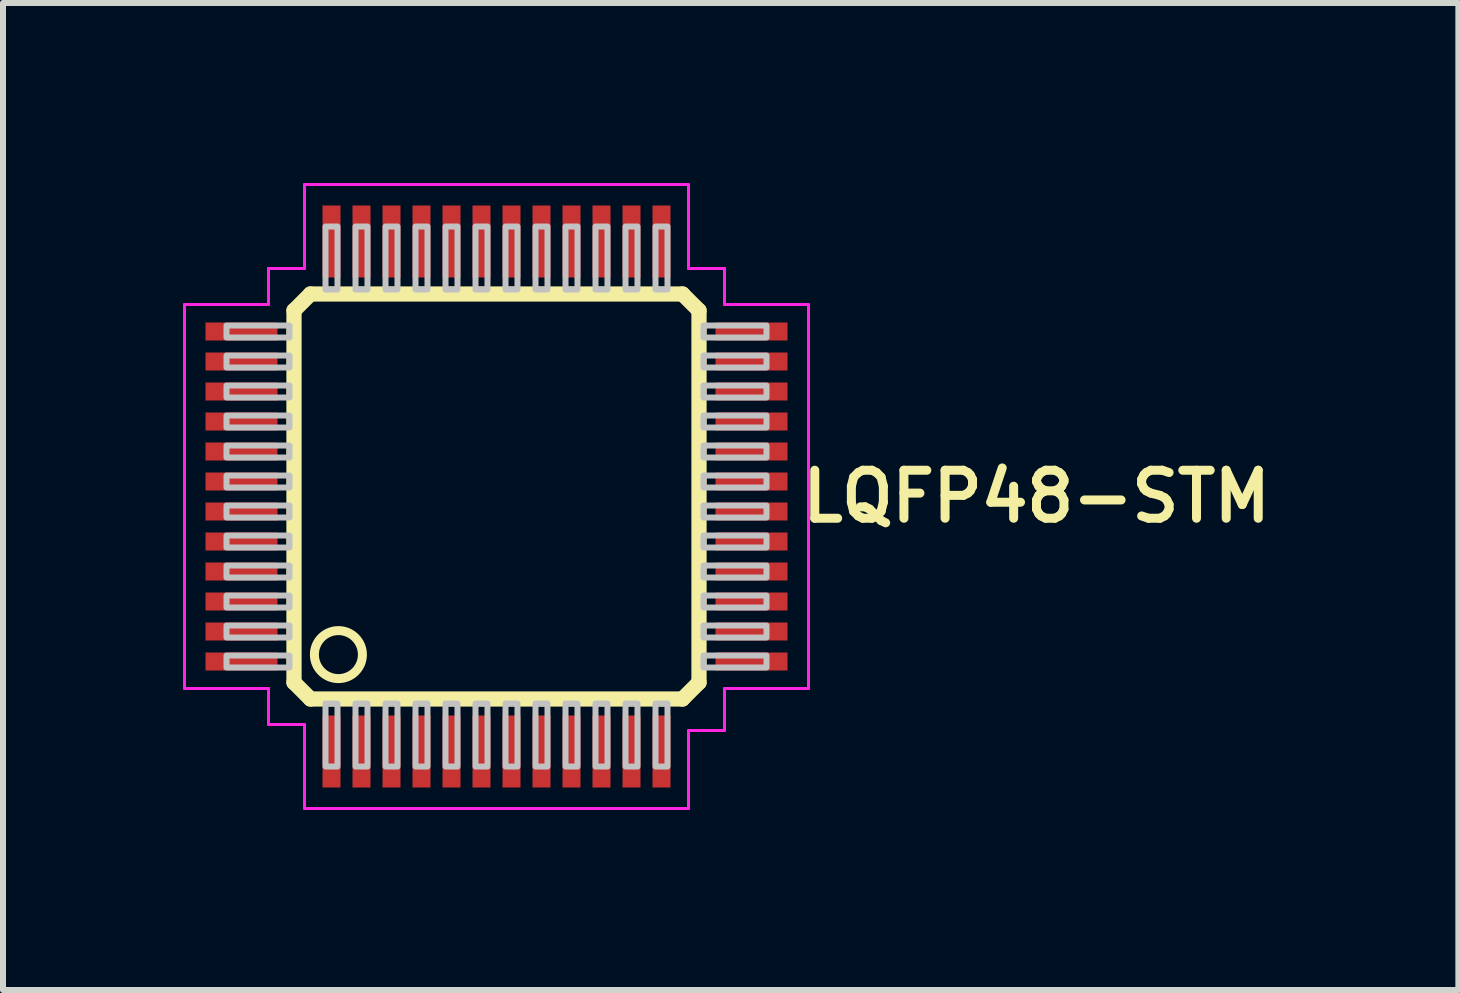
<source format=kicad_pcb>
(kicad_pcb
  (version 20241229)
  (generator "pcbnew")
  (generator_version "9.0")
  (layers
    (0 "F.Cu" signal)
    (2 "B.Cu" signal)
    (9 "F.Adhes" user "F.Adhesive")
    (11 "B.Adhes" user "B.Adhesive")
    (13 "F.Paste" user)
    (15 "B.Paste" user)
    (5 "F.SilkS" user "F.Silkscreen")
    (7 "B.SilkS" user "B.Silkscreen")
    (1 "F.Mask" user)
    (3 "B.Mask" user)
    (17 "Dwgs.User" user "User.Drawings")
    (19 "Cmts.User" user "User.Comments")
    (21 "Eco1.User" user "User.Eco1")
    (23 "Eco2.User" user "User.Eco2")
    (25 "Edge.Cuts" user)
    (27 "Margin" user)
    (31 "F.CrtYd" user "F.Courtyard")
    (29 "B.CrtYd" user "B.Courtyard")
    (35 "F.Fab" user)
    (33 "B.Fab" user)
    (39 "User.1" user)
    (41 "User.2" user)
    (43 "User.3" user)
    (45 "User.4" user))
  (footprint "LQFP48-STM"
    (layer "F.Cu")
    (at 5.225 5.225)
    (property "Reference" "LQFP48-STM" (at 9 0 0) (layer "F.SilkS") (effects (font (size 0.8 0.8) (thickness 0.15))))
    (attr smd)
    (fp_line (start -3.375 -3.1) (end -3.1 -3.375) (stroke (width 0.254) (type solid)) (layer "F.SilkS"))
    (fp_line (start -3.375 3.1) (end -3.375 -3.1) (stroke (width 0.254) (type solid)) (layer "F.SilkS"))
    (fp_line (start -3.1 -3.375) (end 3.1 -3.375) (stroke (width 0.254) (type solid)) (layer "F.SilkS"))
    (fp_line (start -3.1 3.375) (end -3.375 3.1) (stroke (width 0.254) (type solid)) (layer "F.SilkS"))
    (fp_line (start 3.1 -3.375) (end 3.375 -3.1) (stroke (width 0.254) (type solid)) (layer "F.SilkS"))
    (fp_line (start 3.1 3.375) (end -3.1 3.375) (stroke (width 0.254) (type solid)) (layer "F.SilkS"))
    (fp_line (start 3.375 -3.1) (end 3.375 3.1) (stroke (width 0.254) (type solid)) (layer "F.SilkS"))
    (fp_line (start 3.375 3.1) (end 3.1 3.375) (stroke (width 0.254) (type solid)) (layer "F.SilkS"))
    (fp_circle (center -2.635 2.635) (end -2.235 2.635) (stroke (width 0.15) (type solid)) (fill no) (layer "F.SilkS"))
    (fp_poly (pts (xy -4.5 -2.65) (xy -3.45 -2.65) (xy -3.45 -2.85) (xy -4.5 -2.85)) (stroke (width 0.1) (type solid)) (fill no) (layer "Dwgs.User"))
    (fp_poly (pts (xy -4.5 -2.15) (xy -3.45 -2.15) (xy -3.45 -2.35) (xy -4.5 -2.35)) (stroke (width 0.1) (type solid)) (fill no) (layer "Dwgs.User"))
    (fp_poly (pts (xy -4.5 -1.65) (xy -3.45 -1.65) (xy -3.45 -1.85) (xy -4.5 -1.85)) (stroke (width 0.1) (type solid)) (fill no) (layer "Dwgs.User"))
    (fp_poly (pts (xy -4.5 -1.15) (xy -3.45 -1.15) (xy -3.45 -1.35) (xy -4.5 -1.35)) (stroke (width 0.1) (type solid)) (fill no) (layer "Dwgs.User"))
    (fp_poly (pts (xy -4.5 -0.65) (xy -3.45 -0.65) (xy -3.45 -0.85) (xy -4.5 -0.85)) (stroke (width 0.1) (type solid)) (fill no) (layer "Dwgs.User"))
    (fp_poly (pts (xy -4.5 -0.15) (xy -3.45 -0.15) (xy -3.45 -0.35) (xy -4.5 -0.35)) (stroke (width 0.1) (type solid)) (fill no) (layer "Dwgs.User"))
    (fp_poly (pts (xy -4.5 0.35) (xy -3.45 0.35) (xy -3.45 0.15) (xy -4.5 0.15)) (stroke (width 0.1) (type solid)) (fill no) (layer "Dwgs.User"))
    (fp_poly (pts (xy -4.5 0.85) (xy -3.45 0.85) (xy -3.45 0.65) (xy -4.5 0.65)) (stroke (width 0.1) (type solid)) (fill no) (layer "Dwgs.User"))
    (fp_poly (pts (xy -4.5 1.35) (xy -3.45 1.35) (xy -3.45 1.15) (xy -4.5 1.15)) (stroke (width 0.1) (type solid)) (fill no) (layer "Dwgs.User"))
    (fp_poly (pts (xy -4.5 1.85) (xy -3.45 1.85) (xy -3.45 1.65) (xy -4.5 1.65)) (stroke (width 0.1) (type solid)) (fill no) (layer "Dwgs.User"))
    (fp_poly (pts (xy -4.5 2.35) (xy -3.45 2.35) (xy -3.45 2.15) (xy -4.5 2.15)) (stroke (width 0.1) (type solid)) (fill no) (layer "Dwgs.User"))
    (fp_poly (pts (xy -4.5 2.85) (xy -3.45 2.85) (xy -3.45 2.65) (xy -4.5 2.65)) (stroke (width 0.1) (type solid)) (fill no) (layer "Dwgs.User"))
    (fp_poly (pts (xy -2.85 -3.45) (xy -2.65 -3.45) (xy -2.65 -4.5) (xy -2.85 -4.5)) (stroke (width 0.1) (type solid)) (fill no) (layer "Dwgs.User"))
    (fp_poly (pts (xy -2.85 4.5) (xy -2.65 4.5) (xy -2.65 3.45) (xy -2.85 3.45)) (stroke (width 0.1) (type solid)) (fill no) (layer "Dwgs.User"))
    (fp_poly (pts (xy -2.35 -3.45) (xy -2.15 -3.45) (xy -2.15 -4.5) (xy -2.35 -4.5)) (stroke (width 0.1) (type solid)) (fill no) (layer "Dwgs.User"))
    (fp_poly (pts (xy -2.35 4.5) (xy -2.15 4.5) (xy -2.15 3.45) (xy -2.35 3.45)) (stroke (width 0.1) (type solid)) (fill no) (layer "Dwgs.User"))
    (fp_poly (pts (xy -1.85 -3.45) (xy -1.65 -3.45) (xy -1.65 -4.5) (xy -1.85 -4.5)) (stroke (width 0.1) (type solid)) (fill no) (layer "Dwgs.User"))
    (fp_poly (pts (xy -1.85 4.5) (xy -1.65 4.5) (xy -1.65 3.45) (xy -1.85 3.45)) (stroke (width 0.1) (type solid)) (fill no) (layer "Dwgs.User"))
    (fp_poly (pts (xy -1.35 -3.45) (xy -1.15 -3.45) (xy -1.15 -4.5) (xy -1.35 -4.5)) (stroke (width 0.1) (type solid)) (fill no) (layer "Dwgs.User"))
    (fp_poly (pts (xy -1.35 4.5) (xy -1.15 4.5) (xy -1.15 3.45) (xy -1.35 3.45)) (stroke (width 0.1) (type solid)) (fill no) (layer "Dwgs.User"))
    (fp_poly (pts (xy -0.85 -3.45) (xy -0.65 -3.45) (xy -0.65 -4.5) (xy -0.85 -4.5)) (stroke (width 0.1) (type solid)) (fill no) (layer "Dwgs.User"))
    (fp_poly (pts (xy -0.85 4.5) (xy -0.65 4.5) (xy -0.65 3.45) (xy -0.85 3.45)) (stroke (width 0.1) (type solid)) (fill no) (layer "Dwgs.User"))
    (fp_poly (pts (xy -0.35 -3.45) (xy -0.15 -3.45) (xy -0.15 -4.5) (xy -0.35 -4.5)) (stroke (width 0.1) (type solid)) (fill no) (layer "Dwgs.User"))
    (fp_poly (pts (xy -0.35 4.5) (xy -0.15 4.5) (xy -0.15 3.45) (xy -0.35 3.45)) (stroke (width 0.1) (type solid)) (fill no) (layer "Dwgs.User"))
    (fp_poly (pts (xy 0.15 -3.45) (xy 0.35 -3.45) (xy 0.35 -4.5) (xy 0.15 -4.5)) (stroke (width 0.1) (type solid)) (fill no) (layer "Dwgs.User"))
    (fp_poly (pts (xy 0.15 4.5) (xy 0.35 4.5) (xy 0.35 3.45) (xy 0.15 3.45)) (stroke (width 0.1) (type solid)) (fill no) (layer "Dwgs.User"))
    (fp_poly (pts (xy 0.65 -3.45) (xy 0.85 -3.45) (xy 0.85 -4.5) (xy 0.65 -4.5)) (stroke (width 0.1) (type solid)) (fill no) (layer "Dwgs.User"))
    (fp_poly (pts (xy 0.65 4.5) (xy 0.85 4.5) (xy 0.85 3.45) (xy 0.65 3.45)) (stroke (width 0.1) (type solid)) (fill no) (layer "Dwgs.User"))
    (fp_poly (pts (xy 1.15 -3.45) (xy 1.35 -3.45) (xy 1.35 -4.5) (xy 1.15 -4.5)) (stroke (width 0.1) (type solid)) (fill no) (layer "Dwgs.User"))
    (fp_poly (pts (xy 1.15 4.5) (xy 1.35 4.5) (xy 1.35 3.45) (xy 1.15 3.45)) (stroke (width 0.1) (type solid)) (fill no) (layer "Dwgs.User"))
    (fp_poly (pts (xy 1.65 -3.45) (xy 1.85 -3.45) (xy 1.85 -4.5) (xy 1.65 -4.5)) (stroke (width 0.1) (type solid)) (fill no) (layer "Dwgs.User"))
    (fp_poly (pts (xy 1.65 4.5) (xy 1.85 4.5) (xy 1.85 3.45) (xy 1.65 3.45)) (stroke (width 0.1) (type solid)) (fill no) (layer "Dwgs.User"))
    (fp_poly (pts (xy 2.15 -3.45) (xy 2.35 -3.45) (xy 2.35 -4.5) (xy 2.15 -4.5)) (stroke (width 0.1) (type solid)) (fill no) (layer "Dwgs.User"))
    (fp_poly (pts (xy 2.15 4.5) (xy 2.35 4.5) (xy 2.35 3.45) (xy 2.15 3.45)) (stroke (width 0.1) (type solid)) (fill no) (layer "Dwgs.User"))
    (fp_poly (pts (xy 2.65 -3.45) (xy 2.85 -3.45) (xy 2.85 -4.5) (xy 2.65 -4.5)) (stroke (width 0.1) (type solid)) (fill no) (layer "Dwgs.User"))
    (fp_poly (pts (xy 2.65 4.5) (xy 2.85 4.5) (xy 2.85 3.45) (xy 2.65 3.45)) (stroke (width 0.1) (type solid)) (fill no) (layer "Dwgs.User"))
    (fp_poly (pts (xy 3.45 -2.65) (xy 4.5 -2.65) (xy 4.5 -2.85) (xy 3.45 -2.85)) (stroke (width 0.1) (type solid)) (fill no) (layer "Dwgs.User"))
    (fp_poly (pts (xy 3.45 -2.15) (xy 4.5 -2.15) (xy 4.5 -2.35) (xy 3.45 -2.35)) (stroke (width 0.1) (type solid)) (fill no) (layer "Dwgs.User"))
    (fp_poly (pts (xy 3.45 -1.65) (xy 4.5 -1.65) (xy 4.5 -1.85) (xy 3.45 -1.85)) (stroke (width 0.1) (type solid)) (fill no) (layer "Dwgs.User"))
    (fp_poly (pts (xy 3.45 -1.15) (xy 4.5 -1.15) (xy 4.5 -1.35) (xy 3.45 -1.35)) (stroke (width 0.1) (type solid)) (fill no) (layer "Dwgs.User"))
    (fp_poly (pts (xy 3.45 -0.65) (xy 4.5 -0.65) (xy 4.5 -0.85) (xy 3.45 -0.85)) (stroke (width 0.1) (type solid)) (fill no) (layer "Dwgs.User"))
    (fp_poly (pts (xy 3.45 -0.15) (xy 4.5 -0.15) (xy 4.5 -0.35) (xy 3.45 -0.35)) (stroke (width 0.1) (type solid)) (fill no) (layer "Dwgs.User"))
    (fp_poly (pts (xy 3.45 0.35) (xy 4.5 0.35) (xy 4.5 0.15) (xy 3.45 0.15)) (stroke (width 0.1) (type solid)) (fill no) (layer "Dwgs.User"))
    (fp_poly (pts (xy 3.45 0.85) (xy 4.5 0.85) (xy 4.5 0.65) (xy 3.45 0.65)) (stroke (width 0.1) (type solid)) (fill no) (layer "Dwgs.User"))
    (fp_poly (pts (xy 3.45 1.35) (xy 4.5 1.35) (xy 4.5 1.15) (xy 3.45 1.15)) (stroke (width 0.1) (type solid)) (fill no) (layer "Dwgs.User"))
    (fp_poly (pts (xy 3.45 1.85) (xy 4.5 1.85) (xy 4.5 1.65) (xy 3.45 1.65)) (stroke (width 0.1) (type solid)) (fill no) (layer "Dwgs.User"))
    (fp_poly (pts (xy 3.45 2.35) (xy 4.5 2.35) (xy 4.5 2.15) (xy 3.45 2.15)) (stroke (width 0.1) (type solid)) (fill no) (layer "Dwgs.User"))
    (fp_poly (pts (xy 3.45 2.85) (xy 4.5 2.85) (xy 4.5 2.65) (xy 3.45 2.65)) (stroke (width 0.1) (type solid)) (fill no) (layer "Dwgs.User"))
    (fp_line (start -5.2 -3.2) (end -5.2 3.2) (stroke (width 0.05) (type solid)) (layer "F.CrtYd"))
    (fp_line (start -5.2 3.2) (end -3.8 3.2) (stroke (width 0.05) (type solid)) (layer "F.CrtYd"))
    (fp_line (start -3.8 -3.8) (end -3.8 -3.2) (stroke (width 0.05) (type solid)) (layer "F.CrtYd"))
    (fp_line (start -3.8 -3.2) (end -5.2 -3.2) (stroke (width 0.05) (type solid)) (layer "F.CrtYd"))
    (fp_line (start -3.8 3.2) (end -3.8 3.8) (stroke (width 0.05) (type solid)) (layer "F.CrtYd"))
    (fp_line (start -3.8 3.8) (end -3.2 3.8) (stroke (width 0.05) (type solid)) (layer "F.CrtYd"))
    (fp_line (start -3.2 -5.2) (end -3.2 -3.8) (stroke (width 0.05) (type solid)) (layer "F.CrtYd"))
    (fp_line (start -3.2 -3.8) (end -3.8 -3.8) (stroke (width 0.05) (type solid)) (layer "F.CrtYd"))
    (fp_line (start -3.2 3.8) (end -3.2 5.2) (stroke (width 0.05) (type solid)) (layer "F.CrtYd"))
    (fp_line (start -3.2 5.2) (end 3.2 5.2) (stroke (width 0.05) (type solid)) (layer "F.CrtYd"))
    (fp_line (start 3.2 -5.2) (end -3.2 -5.2) (stroke (width 0.05) (type solid)) (layer "F.CrtYd"))
    (fp_line (start 3.2 -3.8) (end 3.2 -5.2) (stroke (width 0.05) (type solid)) (layer "F.CrtYd"))
    (fp_line (start 3.2 3.9) (end 3.8 3.9) (stroke (width 0.05) (type solid)) (layer "F.CrtYd"))
    (fp_line (start 3.2 5.2) (end 3.2 3.9) (stroke (width 0.05) (type solid)) (layer "F.CrtYd"))
    (fp_line (start 3.8 -3.8) (end 3.2 -3.8) (stroke (width 0.05) (type solid)) (layer "F.CrtYd"))
    (fp_line (start 3.8 -3.2) (end 3.8 -3.8) (stroke (width 0.05) (type solid)) (layer "F.CrtYd"))
    (fp_line (start 3.8 3.2) (end 5.2 3.2) (stroke (width 0.05) (type solid)) (layer "F.CrtYd"))
    (fp_line (start 3.8 3.9) (end 3.8 3.2) (stroke (width 0.05) (type solid)) (layer "F.CrtYd"))
    (fp_line (start 5.2 -3.2) (end 3.8 -3.2) (stroke (width 0.05) (type solid)) (layer "F.CrtYd"))
    (fp_line (start 5.2 3.2) (end 5.2 -3.2) (stroke (width 0.05) (type solid)) (layer "F.CrtYd"))
    (pad "1" smd rect (at -2.75 4.25) (size 0.3 1.2) (layers "F.Cu" "F.Mask" "F.Paste"))
    (pad "2" smd rect (at -2.25 4.25) (size 0.3 1.2) (layers "F.Cu" "F.Mask" "F.Paste"))
    (pad "3" smd rect (at -1.75 4.25) (size 0.3 1.2) (layers "F.Cu" "F.Mask" "F.Paste"))
    (pad "4" smd rect (at -1.25 4.25) (size 0.3 1.2) (layers "F.Cu" "F.Mask" "F.Paste"))
    (pad "5" smd rect (at -0.75 4.25) (size 0.3 1.2) (layers "F.Cu" "F.Mask" "F.Paste"))
    (pad "6" smd rect (at -0.25 4.25) (size 0.3 1.2) (layers "F.Cu" "F.Mask" "F.Paste"))
    (pad "7" smd rect (at 0.25 4.25) (size 0.3 1.2) (layers "F.Cu" "F.Mask" "F.Paste"))
    (pad "8" smd rect (at 0.75 4.25) (size 0.3 1.2) (layers "F.Cu" "F.Mask" "F.Paste"))
    (pad "9" smd rect (at 1.25 4.25) (size 0.3 1.2) (layers "F.Cu" "F.Mask" "F.Paste"))
    (pad "10" smd rect (at 1.75 4.25) (size 0.3 1.2) (layers "F.Cu" "F.Mask" "F.Paste"))
    (pad "11" smd rect (at 2.25 4.25) (size 0.3 1.2) (layers "F.Cu" "F.Mask" "F.Paste"))
    (pad "12" smd rect (at 2.75 4.25) (size 0.3 1.2) (layers "F.Cu" "F.Mask" "F.Paste"))
    (pad "13" smd rect (at 4.25 2.75) (size 1.2 0.3) (layers "F.Cu" "F.Mask" "F.Paste"))
    (pad "14" smd rect (at 4.25 2.25) (size 1.2 0.3) (layers "F.Cu" "F.Mask" "F.Paste"))
    (pad "15" smd rect (at 4.25 1.75) (size 1.2 0.3) (layers "F.Cu" "F.Mask" "F.Paste"))
    (pad "16" smd rect (at 4.25 1.25) (size 1.2 0.3) (layers "F.Cu" "F.Mask" "F.Paste"))
    (pad "17" smd rect (at 4.25 0.75) (size 1.2 0.3) (layers "F.Cu" "F.Mask" "F.Paste"))
    (pad "18" smd rect (at 4.25 0.25) (size 1.2 0.3) (layers "F.Cu" "F.Mask" "F.Paste"))
    (pad "19" smd rect (at 4.25 -0.25) (size 1.2 0.3) (layers "F.Cu" "F.Mask" "F.Paste"))
    (pad "20" smd rect (at 4.25 -0.75) (size 1.2 0.3) (layers "F.Cu" "F.Mask" "F.Paste"))
    (pad "21" smd rect (at 4.25 -1.25) (size 1.2 0.3) (layers "F.Cu" "F.Mask" "F.Paste"))
    (pad "22" smd rect (at 4.25 -1.75) (size 1.2 0.3) (layers "F.Cu" "F.Mask" "F.Paste"))
    (pad "23" smd rect (at 4.25 -2.25) (size 1.2 0.3) (layers "F.Cu" "F.Mask" "F.Paste"))
    (pad "24" smd rect (at 4.25 -2.75) (size 1.2 0.3) (layers "F.Cu" "F.Mask" "F.Paste"))
    (pad "25" smd rect (at 2.75 -4.25) (size 0.3 1.2) (layers "F.Cu" "F.Mask" "F.Paste"))
    (pad "26" smd rect (at 2.25 -4.25) (size 0.3 1.2) (layers "F.Cu" "F.Mask" "F.Paste"))
    (pad "27" smd rect (at 1.75 -4.25) (size 0.3 1.2) (layers "F.Cu" "F.Mask" "F.Paste"))
    (pad "28" smd rect (at 1.25 -4.25) (size 0.3 1.2) (layers "F.Cu" "F.Mask" "F.Paste"))
    (pad "29" smd rect (at 0.75 -4.25) (size 0.3 1.2) (layers "F.Cu" "F.Mask" "F.Paste"))
    (pad "30" smd rect (at 0.25 -4.25) (size 0.3 1.2) (layers "F.Cu" "F.Mask" "F.Paste"))
    (pad "31" smd rect (at -0.25 -4.25) (size 0.3 1.2) (layers "F.Cu" "F.Mask" "F.Paste"))
    (pad "32" smd rect (at -0.75 -4.25) (size 0.3 1.2) (layers "F.Cu" "F.Mask" "F.Paste"))
    (pad "33" smd rect (at -1.25 -4.25) (size 0.3 1.2) (layers "F.Cu" "F.Mask" "F.Paste"))
    (pad "34" smd rect (at -1.75 -4.25) (size 0.3 1.2) (layers "F.Cu" "F.Mask" "F.Paste"))
    (pad "35" smd rect (at -2.25 -4.25) (size 0.3 1.2) (layers "F.Cu" "F.Mask" "F.Paste"))
    (pad "36" smd rect (at -2.75 -4.25) (size 0.3 1.2) (layers "F.Cu" "F.Mask" "F.Paste"))
    (pad "37" smd rect (at -4.25 -2.75) (size 1.2 0.3) (layers "F.Cu" "F.Mask" "F.Paste"))
    (pad "38" smd rect (at -4.25 -2.25) (size 1.2 0.3) (layers "F.Cu" "F.Mask" "F.Paste"))
    (pad "39" smd rect (at -4.25 -1.75) (size 1.2 0.3) (layers "F.Cu" "F.Mask" "F.Paste"))
    (pad "40" smd rect (at -4.25 -1.25) (size 1.2 0.3) (layers "F.Cu" "F.Mask" "F.Paste"))
    (pad "41" smd rect (at -4.25 -0.75) (size 1.2 0.3) (layers "F.Cu" "F.Mask" "F.Paste"))
    (pad "42" smd rect (at -4.25 -0.25) (size 1.2 0.3) (layers "F.Cu" "F.Mask" "F.Paste"))
    (pad "43" smd rect (at -4.25 0.25) (size 1.2 0.3) (layers "F.Cu" "F.Mask" "F.Paste"))
    (pad "44" smd rect (at -4.25 0.75) (size 1.2 0.3) (layers "F.Cu" "F.Mask" "F.Paste"))
    (pad "45" smd rect (at -4.25 1.25) (size 1.2 0.3) (layers "F.Cu" "F.Mask" "F.Paste"))
    (pad "46" smd rect (at -4.25 1.75) (size 1.2 0.3) (layers "F.Cu" "F.Mask" "F.Paste"))
    (pad "47" smd rect (at -4.25 2.25) (size 1.2 0.3) (layers "F.Cu" "F.Mask" "F.Paste"))
    (pad "48" smd rect (at -4.25 2.75) (size 1.2 0.3) (layers "F.Cu" "F.Mask" "F.Paste")))
  (gr_rect
    (start -3 -3)
    (end 21.256 13.45)
    (stroke (width 0.1) (type default))
    (fill no)
    (layer "Edge.Cuts")))
</source>
